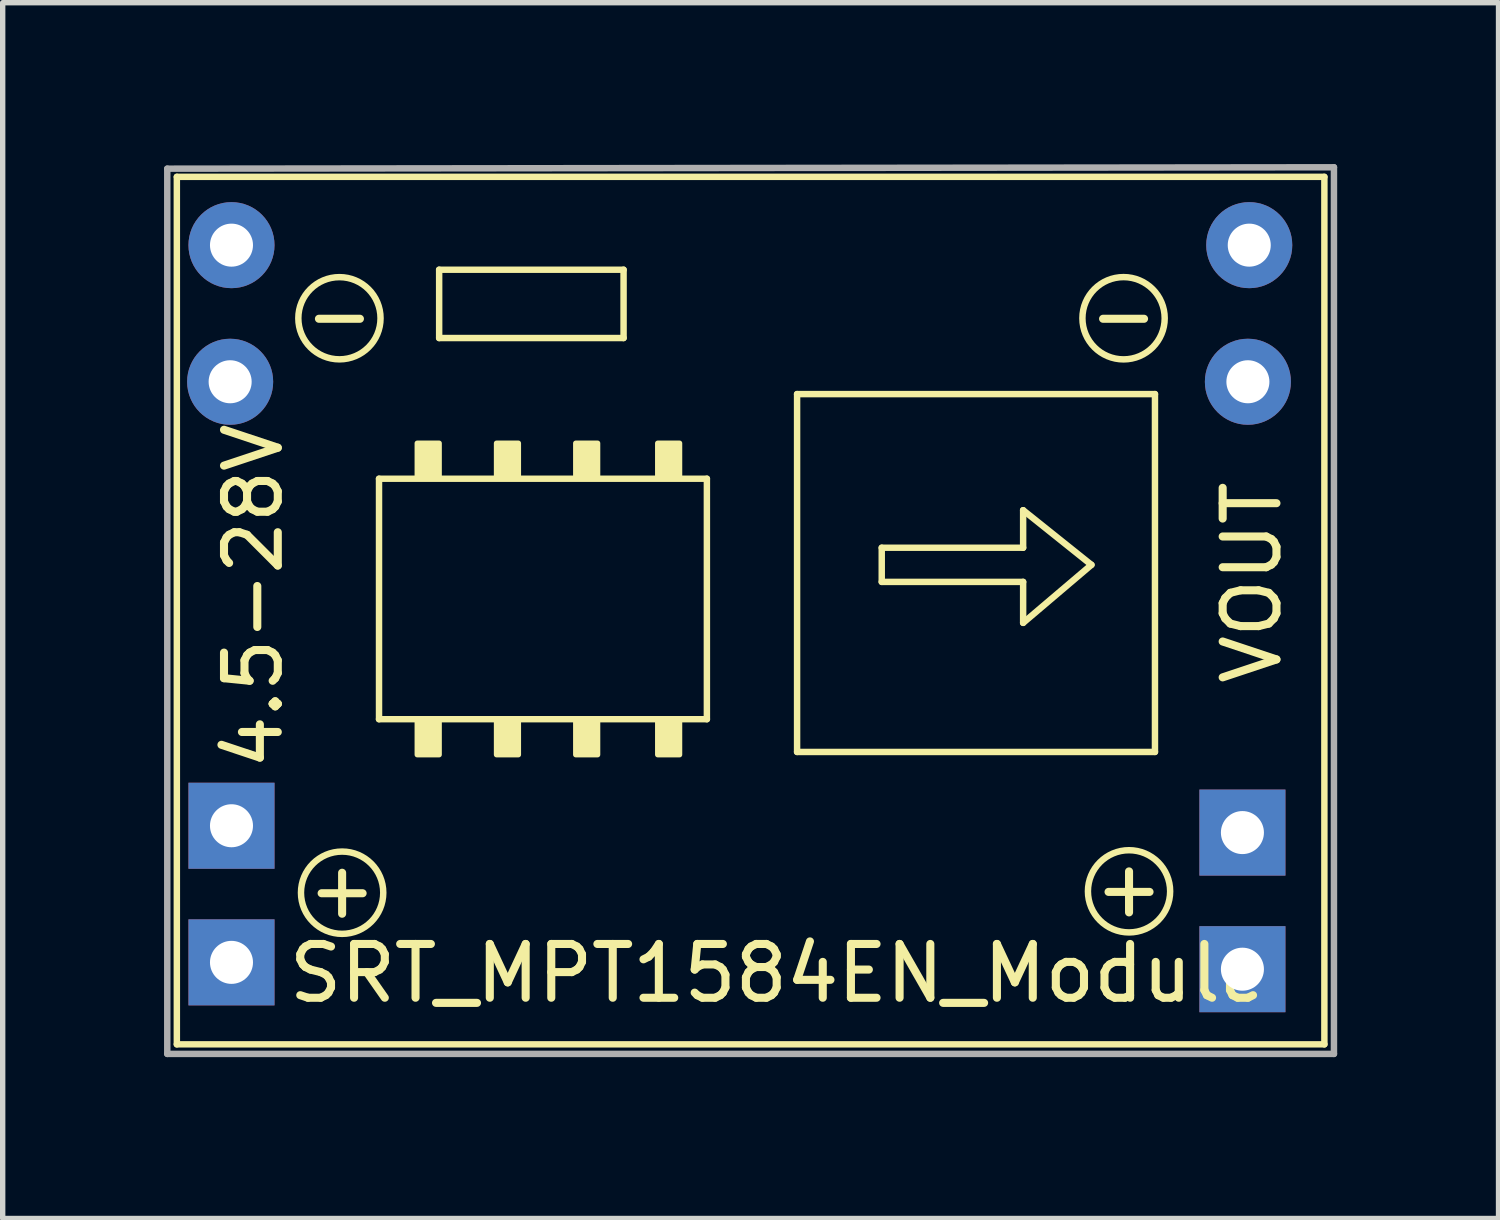
<source format=kicad_pcb>
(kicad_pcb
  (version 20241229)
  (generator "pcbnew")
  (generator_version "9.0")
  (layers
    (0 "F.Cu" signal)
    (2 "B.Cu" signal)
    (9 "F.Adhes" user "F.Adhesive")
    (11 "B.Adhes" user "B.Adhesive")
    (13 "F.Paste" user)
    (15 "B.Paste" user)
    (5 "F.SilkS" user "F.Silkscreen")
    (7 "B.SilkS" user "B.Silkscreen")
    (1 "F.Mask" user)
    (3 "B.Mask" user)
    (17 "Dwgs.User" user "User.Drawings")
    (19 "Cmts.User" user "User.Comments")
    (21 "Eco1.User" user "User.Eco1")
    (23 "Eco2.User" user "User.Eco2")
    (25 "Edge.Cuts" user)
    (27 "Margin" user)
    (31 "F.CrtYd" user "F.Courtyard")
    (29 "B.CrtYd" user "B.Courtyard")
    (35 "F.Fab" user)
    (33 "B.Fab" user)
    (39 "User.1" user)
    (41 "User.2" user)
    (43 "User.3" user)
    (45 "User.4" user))
  (footprint "SRT_MPT1584EN_Module"
    (layer "F.Cu")
    (at 11.414 7.731)
    (property "Reference" "SRT_MPT1584EN_Module" (at 0 7.315 180) (layer "F.SilkS") (effects (font (size 1 1) (thickness 0.15))))
    (attr through_hole)
    (fp_line (start -11.176 -7.493) (end -11.176 8.636) (stroke (width 0.12) (type solid)) (layer "F.SilkS"))
    (fp_line (start -11.176 8.636) (end 10.16 8.636) (stroke (width 0.12) (type solid)) (layer "F.SilkS"))
    (fp_line (start -7.417 -1.88) (end -1.321 -1.88) (stroke (width 0.12) (type solid)) (layer "F.SilkS"))
    (fp_line (start -7.417 2.591) (end -7.417 -1.88) (stroke (width 0.12) (type solid)) (layer "F.SilkS"))
    (fp_line (start -6.299 -5.766) (end -2.87 -5.766) (stroke (width 0.12) (type solid)) (layer "F.SilkS"))
    (fp_line (start -6.299 -4.496) (end -6.299 -5.766) (stroke (width 0.12) (type solid)) (layer "F.SilkS"))
    (fp_line (start -2.87 -5.766) (end -2.87 -4.496) (stroke (width 0.12) (type solid)) (layer "F.SilkS"))
    (fp_line (start -2.87 -4.496) (end -6.299 -4.496) (stroke (width 0.12) (type solid)) (layer "F.SilkS"))
    (fp_line (start -1.321 2.591) (end -7.417 2.591) (stroke (width 0.12) (type solid)) (layer "F.SilkS"))
    (fp_line (start -1.321 2.591) (end -1.321 -1.88) (stroke (width 0.12) (type solid)) (layer "F.SilkS"))
    (fp_line (start 0.356 -3.454) (end 0.356 3.2) (stroke (width 0.12) (type solid)) (layer "F.SilkS"))
    (fp_line (start 0.356 -3.454) (end 7.01 -3.454) (stroke (width 0.12) (type solid)) (layer "F.SilkS"))
    (fp_line (start 1.93 -0.597) (end 4.559 -0.597) (stroke (width 0.12) (type solid)) (layer "F.SilkS"))
    (fp_line (start 1.93 0.038) (end 1.93 -0.597) (stroke (width 0.12) (type solid)) (layer "F.SilkS"))
    (fp_line (start 1.93 0.038) (end 4.559 0.038) (stroke (width 0.12) (type solid)) (layer "F.SilkS"))
    (fp_line (start 4.559 -1.295) (end 5.829 -0.279) (stroke (width 0.12) (type solid)) (layer "F.SilkS"))
    (fp_line (start 4.559 -0.597) (end 4.559 -1.295) (stroke (width 0.12) (type solid)) (layer "F.SilkS"))
    (fp_line (start 4.559 0.8) (end 4.559 0.038) (stroke (width 0.12) (type solid)) (layer "F.SilkS"))
    (fp_line (start 5.829 -0.279) (end 4.559 0.8) (stroke (width 0.12) (type solid)) (layer "F.SilkS"))
    (fp_line (start 7.01 -3.454) (end 7.01 3.2) (stroke (width 0.12) (type solid)) (layer "F.SilkS"))
    (fp_line (start 7.01 3.2) (end 0.356 3.2) (stroke (width 0.12) (type solid)) (layer "F.SilkS"))
    (fp_line (start 10.16 -7.493) (end -11.176 -7.493) (stroke (width 0.12) (type solid)) (layer "F.SilkS"))
    (fp_line (start 10.16 8.636) (end 10.16 -7.493) (stroke (width 0.12) (type solid)) (layer "F.SilkS"))
    (fp_circle (center -8.153 -4.864) (end -7.582 -4.356) (stroke (width 0.12) (type solid)) (fill no) (layer "F.SilkS"))
    (fp_circle (center -8.103 5.817) (end -7.531 6.325) (stroke (width 0.12) (type solid)) (fill no) (layer "F.SilkS"))
    (fp_circle (center 6.426 -4.864) (end 6.998 -4.356) (stroke (width 0.12) (type solid)) (fill no) (layer "F.SilkS"))
    (fp_circle (center 6.528 5.791) (end 7.099 6.299) (stroke (width 0.12) (type solid)) (fill no) (layer "F.SilkS"))
    (fp_poly (pts (xy -6.706 -2.54) (xy -6.299 -2.54) (xy -6.299 -1.93) (xy -6.706 -1.93)) (stroke (width 0.1) (type solid)) (fill yes) (layer "F.SilkS"))
    (fp_poly (pts (xy -6.706 2.642) (xy -6.299 2.642) (xy -6.299 3.251) (xy -6.706 3.251)) (stroke (width 0.1) (type solid)) (fill yes) (layer "F.SilkS"))
    (fp_poly (pts (xy -5.232 -2.54) (xy -4.826 -2.54) (xy -4.826 -1.93) (xy -5.232 -1.93)) (stroke (width 0.1) (type solid)) (fill yes) (layer "F.SilkS"))
    (fp_poly (pts (xy -5.232 2.642) (xy -4.826 2.642) (xy -4.826 3.251) (xy -5.232 3.251)) (stroke (width 0.1) (type solid)) (fill yes) (layer "F.SilkS"))
    (fp_poly (pts (xy -3.759 -2.54) (xy -3.353 -2.54) (xy -3.353 -1.93) (xy -3.759 -1.93)) (stroke (width 0.1) (type solid)) (fill yes) (layer "F.SilkS"))
    (fp_poly (pts (xy -3.759 2.642) (xy -3.353 2.642) (xy -3.353 3.251) (xy -3.759 3.251)) (stroke (width 0.1) (type solid)) (fill yes) (layer "F.SilkS"))
    (fp_poly (pts (xy -2.235 -2.54) (xy -1.829 -2.54) (xy -1.829 -1.93) (xy -2.235 -1.93)) (stroke (width 0.1) (type solid)) (fill yes) (layer "F.SilkS"))
    (fp_poly (pts (xy -2.235 2.642) (xy -1.829 2.642) (xy -1.829 3.251) (xy -2.235 3.251)) (stroke (width 0.1) (type solid)) (fill yes) (layer "F.SilkS"))
    (fp_line (start -11.354 -7.645) (end -11.354 8.814) (stroke (width 0.12) (type solid)) (layer "F.Fab"))
    (fp_line (start -11.354 -7.645) (end 10.338 -7.671) (stroke (width 0.12) (type solid)) (layer "F.Fab"))
    (fp_line (start -11.354 8.814) (end 10.338 8.814) (stroke (width 0.12) (type solid)) (layer "F.Fab"))
    (fp_line (start 10.338 -7.671) (end 10.338 8.814) (stroke (width 0.12) (type solid)) (layer "F.Fab"))
    (fp_text user "VOUT" (at 8.814 0.051 270) (layer "F.SilkS") (effects (font (size 1 1) (thickness 0.15))))
    (fp_text user "-" (at 6.426 -4.928 0) (layer "F.SilkS") (effects (font (size 1 1) (thickness 0.15))))
    (fp_text user "+" (at 6.528 5.728 0) (layer "F.SilkS") (effects (font (size 1 1) (thickness 0.15))))
    (fp_text user "4.5-28V" (at -9.754 0.305 270) (layer "F.SilkS") (effects (font (size 1 1) (thickness 0.15))))
    (fp_text user "-" (at -8.153 -4.928 0) (layer "F.SilkS") (effects (font (size 1 1) (thickness 0.15))))
    (fp_text user "+" (at -8.103 5.753 0) (layer "F.SilkS") (effects (font (size 1 1) (thickness 0.15))))
    (pad "1" thru_hole rect (at -10.16 7.112 90) (size 1.6 1.6) (drill 0.8) (layers "*.Cu" "B.Mask"))
    (pad "2" thru_hole rect (at -10.16 4.572 90) (size 1.6 1.6) (drill 0.8) (layers "*.Cu" "B.Mask"))
    (pad "3" thru_hole oval (at -10.185 -3.683 90) (size 1.6 1.6) (drill 0.8) (layers "*.Cu" "B.Mask"))
    (pad "4" thru_hole oval (at -10.16 -6.223 90) (size 1.6 1.6) (drill 0.8) (layers "*.Cu" "B.Mask"))
    (pad "5" thru_hole rect (at 8.636 7.239 90) (size 1.6 1.6) (drill 0.8) (layers "*.Cu" "B.Mask"))
    (pad "6" thru_hole rect (at 8.636 4.699 90) (size 1.6 1.6) (drill 0.8) (layers "*.Cu" "B.Mask"))
    (pad "7" thru_hole oval (at 8.738 -3.683 90) (size 1.6 1.6) (drill 0.8) (layers "*.Cu" "B.Mask"))
    (pad "8" thru_hole oval (at 8.763 -6.223 90) (size 1.6 1.6) (drill 0.8) (layers "*.Cu" "B.Mask")))
  (gr_rect
    (start -3 -3)
    (end 24.812 19.605)
    (stroke (width 0.1) (type default))
    (fill no)
    (layer "Edge.Cuts")))
</source>
